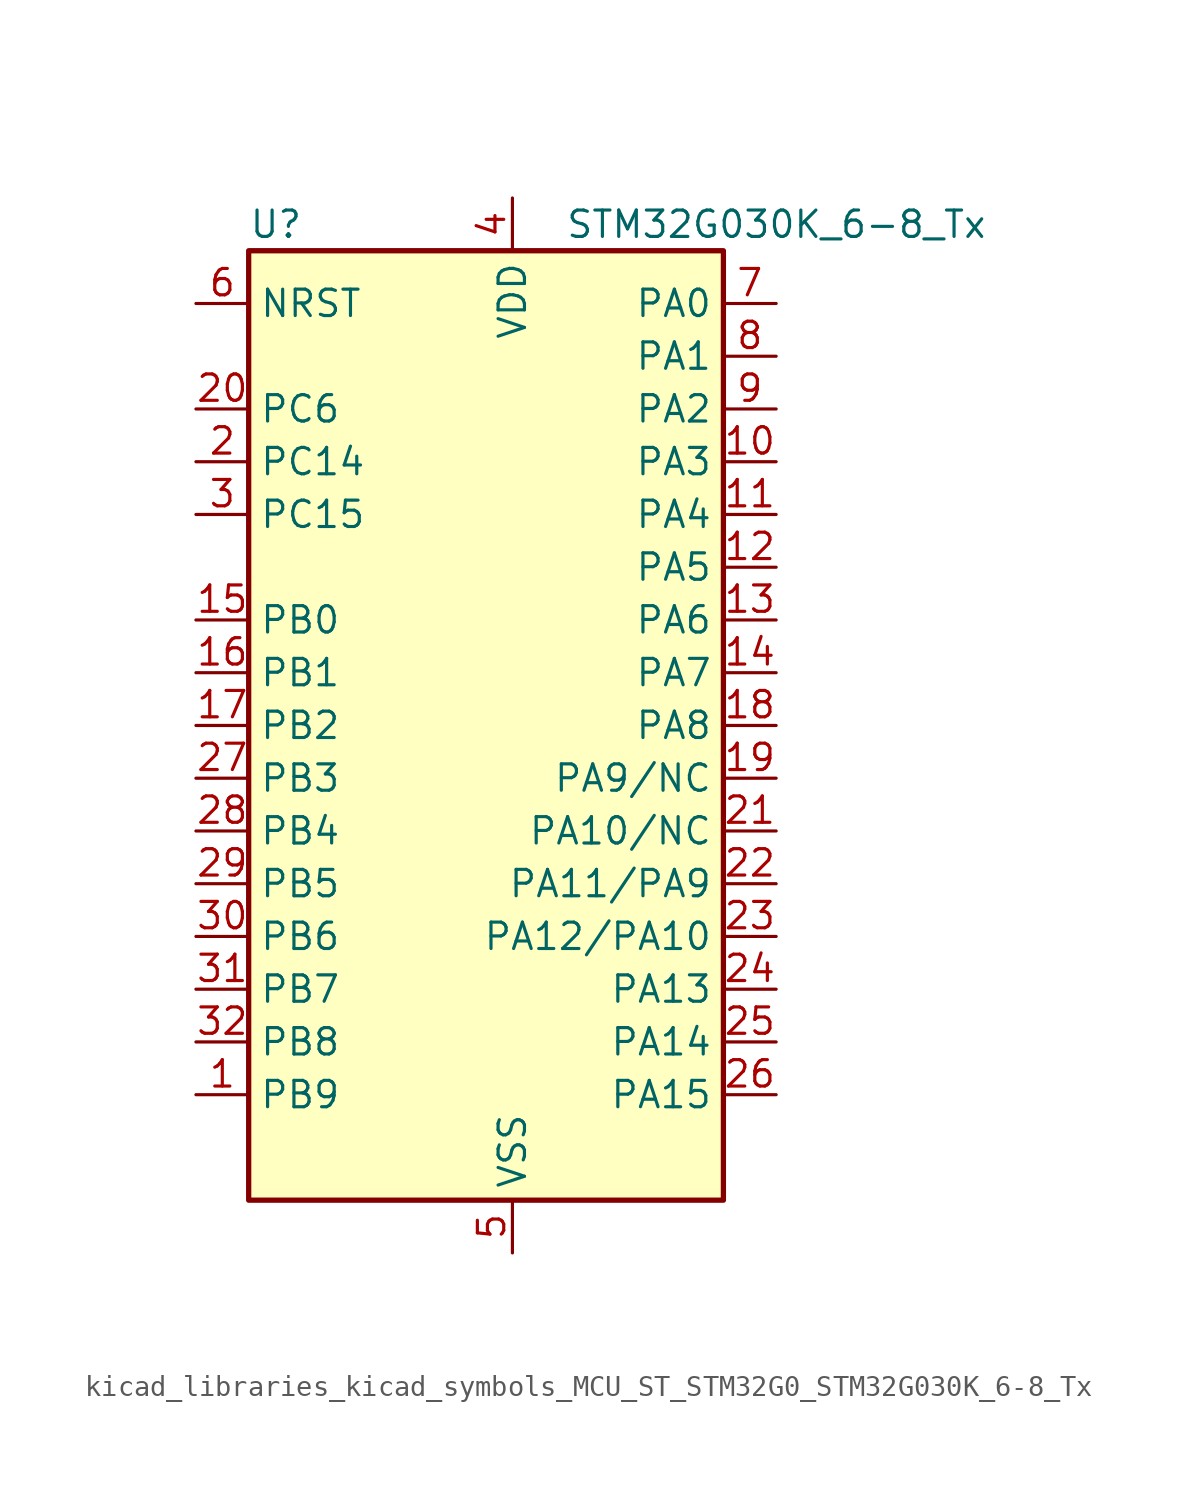
<source format=kicad_sym>
(kicad_symbol_lib
  (version 20220914)
  (generator kicad_symbol_editor)
  (symbol "kicad_libraries_kicad_symbols_MCU_ST_STM32G0_STM32G030K_6-8_Tx"
    (property "Reference" "U"
      (at -10.16 24.13 0)
      (effects (font (size 1.27 1.27)) (justify left)))
    (property "Value" "STM32G030K_6-8_Tx"
      (at 5.08 24.13 0)
      (effects (font (size 1.27 1.27)) (justify left)))
    (property "ki_locked" ""
      (at 0 0 0)
      (effects (font (size 1.27 1.27))))
    (symbol "kicad_libraries_kicad_symbols_MCU_ST_STM32G0_STM32G030K_6-8_Tx_0_1"
      (rectangle (start -10.16 -22.86) (end 12.7 22.86) (stroke (width 0.254) (type default)) (fill (type background))))
    (symbol "kicad_libraries_kicad_symbols_MCU_ST_STM32G0_STM32G030K_6-8_Tx_1_1"
      (pin bidirectional line (at -12.7 -17.78 0) (length 2.54) (name "PB9" (effects (font (size 1.27 1.27)))) (number "1" (effects (font (size 1.27 1.27)))) (alternate "I2C1_SDA" bidirectional line) (alternate "IR_OUT" bidirectional line) (alternate "SPI2_NSS" bidirectional line) (alternate "TIM17_CH1" bidirectional line))
      (pin bidirectional line (at 15.24 12.7 180) (length 2.54) (name "PA3" (effects (font (size 1.27 1.27)))) (number "10" (effects (font (size 1.27 1.27)))) (alternate "ADC1_IN3" bidirectional line) (alternate "SPI2_MISO" bidirectional line) (alternate "USART2_RX" bidirectional line))
      (pin bidirectional line (at 15.24 10.16 180) (length 2.54) (name "PA4" (effects (font (size 1.27 1.27)))) (number "11" (effects (font (size 1.27 1.27)))) (alternate "ADC1_IN4" bidirectional line) (alternate "I2S1_WS" bidirectional line) (alternate "RTC_OUT_ALARM" bidirectional line) (alternate "RTC_OUT_CALIB" bidirectional line) (alternate "RTC_TAMP_IN1" bidirectional line) (alternate "RTC_TS" bidirectional line) (alternate "SPI1_NSS" bidirectional line) (alternate "SPI2_MOSI" bidirectional line) (alternate "SYS_WKUP2" bidirectional line) (alternate "TIM14_CH1" bidirectional line))
      (pin bidirectional line (at 15.24 7.62 180) (length 2.54) (name "PA5" (effects (font (size 1.27 1.27)))) (number "12" (effects (font (size 1.27 1.27)))) (alternate "ADC1_IN5" bidirectional line) (alternate "I2S1_CK" bidirectional line) (alternate "SPI1_SCK" bidirectional line))
      (pin bidirectional line (at 15.24 5.08 180) (length 2.54) (name "PA6" (effects (font (size 1.27 1.27)))) (number "13" (effects (font (size 1.27 1.27)))) (alternate "ADC1_IN6" bidirectional line) (alternate "I2S1_MCK" bidirectional line) (alternate "SPI1_MISO" bidirectional line) (alternate "TIM16_CH1" bidirectional line) (alternate "TIM1_BK" bidirectional line) (alternate "TIM3_CH1" bidirectional line))
      (pin bidirectional line (at 15.24 2.54 180) (length 2.54) (name "PA7" (effects (font (size 1.27 1.27)))) (number "14" (effects (font (size 1.27 1.27)))) (alternate "ADC1_IN7" bidirectional line) (alternate "I2S1_SD" bidirectional line) (alternate "SPI1_MOSI" bidirectional line) (alternate "TIM14_CH1" bidirectional line) (alternate "TIM17_CH1" bidirectional line) (alternate "TIM1_CH1N" bidirectional line) (alternate "TIM3_CH2" bidirectional line))
      (pin bidirectional line (at -12.7 5.08 0) (length 2.54) (name "PB0" (effects (font (size 1.27 1.27)))) (number "15" (effects (font (size 1.27 1.27)))) (alternate "ADC1_IN8" bidirectional line) (alternate "I2S1_WS" bidirectional line) (alternate "SPI1_NSS" bidirectional line) (alternate "TIM1_CH2N" bidirectional line) (alternate "TIM3_CH3" bidirectional line))
      (pin bidirectional line (at -12.7 2.54 0) (length 2.54) (name "PB1" (effects (font (size 1.27 1.27)))) (number "16" (effects (font (size 1.27 1.27)))) (alternate "ADC1_IN9" bidirectional line) (alternate "TIM14_CH1" bidirectional line) (alternate "TIM1_CH3N" bidirectional line) (alternate "TIM3_CH4" bidirectional line))
      (pin bidirectional line (at -12.7 0 0) (length 2.54) (name "PB2" (effects (font (size 1.27 1.27)))) (number "17" (effects (font (size 1.27 1.27)))) (alternate "ADC1_IN10" bidirectional line) (alternate "SPI2_MISO" bidirectional line))
      (pin bidirectional line (at 15.24 0 180) (length 2.54) (name "PA8" (effects (font (size 1.27 1.27)))) (number "18" (effects (font (size 1.27 1.27)))) (alternate "RCC_MCO" bidirectional line) (alternate "SPI2_NSS" bidirectional line) (alternate "TIM1_CH1" bidirectional line))
      (pin bidirectional line (at 15.24 -2.54 180) (length 2.54) (name "PA9/NC" (effects (font (size 1.27 1.27)))) (number "19" (effects (font (size 1.27 1.27)))) (alternate "I2C1_SCL" bidirectional line) (alternate "RCC_MCO" bidirectional line) (alternate "SPI2_MISO" bidirectional line) (alternate "TIM1_CH2" bidirectional line) (alternate "USART1_TX" bidirectional line))
      (pin bidirectional line (at -12.7 12.7 0) (length 2.54) (name "PC14" (effects (font (size 1.27 1.27)))) (number "2" (effects (font (size 1.27 1.27)))) (alternate "RCC_OSC32_IN" bidirectional line) (alternate "RCC_OSC_IN" bidirectional line) (alternate "TIM1_BK2" bidirectional line))
      (pin bidirectional line (at -12.7 15.24 0) (length 2.54) (name "PC6" (effects (font (size 1.27 1.27)))) (number "20" (effects (font (size 1.27 1.27)))) (alternate "TIM3_CH1" bidirectional line))
      (pin bidirectional line (at 15.24 -5.08 180) (length 2.54) (name "PA10/NC" (effects (font (size 1.27 1.27)))) (number "21" (effects (font (size 1.27 1.27)))) (alternate "I2C1_SDA" bidirectional line) (alternate "SPI2_MOSI" bidirectional line) (alternate "TIM17_BK" bidirectional line) (alternate "TIM1_CH3" bidirectional line) (alternate "USART1_RX" bidirectional line))
      (pin bidirectional line (at 15.24 -7.62 180) (length 2.54) (name "PA11/PA9" (effects (font (size 1.27 1.27)))) (number "22" (effects (font (size 1.27 1.27)))) (alternate "ADC1_EXTI11" bidirectional line) (alternate "ADC1_IN15" bidirectional line) (alternate "I2C2_SCL" bidirectional line) (alternate "I2S1_MCK" bidirectional line) (alternate "SPI1_MISO" bidirectional line) (alternate "TIM1_BK2" bidirectional line) (alternate "TIM1_CH4" bidirectional line) (alternate "USART1_CTS" bidirectional line) (alternate "USART1_NSS" bidirectional line))
      (pin bidirectional line (at 15.24 -10.16 180) (length 2.54) (name "PA12/PA10" (effects (font (size 1.27 1.27)))) (number "23" (effects (font (size 1.27 1.27)))) (alternate "ADC1_IN16" bidirectional line) (alternate "I2C2_SDA" bidirectional line) (alternate "I2S1_SD" bidirectional line) (alternate "I2S_CKIN" bidirectional line) (alternate "SPI1_MOSI" bidirectional line) (alternate "TIM1_ETR" bidirectional line) (alternate "USART1_CK" bidirectional line) (alternate "USART1_DE" bidirectional line) (alternate "USART1_RTS" bidirectional line))
      (pin bidirectional line (at 15.24 -12.7 180) (length 2.54) (name "PA13" (effects (font (size 1.27 1.27)))) (number "24" (effects (font (size 1.27 1.27)))) (alternate "ADC1_IN17" bidirectional line) (alternate "IR_OUT" bidirectional line) (alternate "SYS_SWDIO" bidirectional line))
      (pin bidirectional line (at 15.24 -15.24 180) (length 2.54) (name "PA14" (effects (font (size 1.27 1.27)))) (number "25" (effects (font (size 1.27 1.27)))) (alternate "ADC1_IN18" bidirectional line) (alternate "SYS_SWCLK" bidirectional line) (alternate "USART2_TX" bidirectional line))
      (pin bidirectional line (at 15.24 -17.78 180) (length 2.54) (name "PA15" (effects (font (size 1.27 1.27)))) (number "26" (effects (font (size 1.27 1.27)))) (alternate "I2S1_WS" bidirectional line) (alternate "SPI1_NSS" bidirectional line) (alternate "USART2_RX" bidirectional line))
      (pin bidirectional line (at -12.7 -2.54 0) (length 2.54) (name "PB3" (effects (font (size 1.27 1.27)))) (number "27" (effects (font (size 1.27 1.27)))) (alternate "I2S1_CK" bidirectional line) (alternate "SPI1_SCK" bidirectional line) (alternate "TIM1_CH2" bidirectional line) (alternate "USART1_CK" bidirectional line) (alternate "USART1_DE" bidirectional line) (alternate "USART1_RTS" bidirectional line))
      (pin bidirectional line (at -12.7 -5.08 0) (length 2.54) (name "PB4" (effects (font (size 1.27 1.27)))) (number "28" (effects (font (size 1.27 1.27)))) (alternate "I2S1_MCK" bidirectional line) (alternate "SPI1_MISO" bidirectional line) (alternate "TIM17_BK" bidirectional line) (alternate "TIM3_CH1" bidirectional line) (alternate "USART1_CTS" bidirectional line) (alternate "USART1_NSS" bidirectional line))
      (pin bidirectional line (at -12.7 -7.62 0) (length 2.54) (name "PB5" (effects (font (size 1.27 1.27)))) (number "29" (effects (font (size 1.27 1.27)))) (alternate "I2C1_SMBA" bidirectional line) (alternate "I2S1_SD" bidirectional line) (alternate "SPI1_MOSI" bidirectional line) (alternate "SYS_WKUP6" bidirectional line) (alternate "TIM16_BK" bidirectional line) (alternate "TIM3_CH2" bidirectional line))
      (pin bidirectional line (at -12.7 10.16 0) (length 2.54) (name "PC15" (effects (font (size 1.27 1.27)))) (number "3" (effects (font (size 1.27 1.27)))) (alternate "RCC_OSC32_EN" bidirectional line) (alternate "RCC_OSC32_OUT" bidirectional line) (alternate "RCC_OSC_EN" bidirectional line))
      (pin bidirectional line (at -12.7 -10.16 0) (length 2.54) (name "PB6" (effects (font (size 1.27 1.27)))) (number "30" (effects (font (size 1.27 1.27)))) (alternate "I2C1_SCL" bidirectional line) (alternate "SPI2_MISO" bidirectional line) (alternate "TIM16_CH1N" bidirectional line) (alternate "TIM1_CH3" bidirectional line) (alternate "USART1_TX" bidirectional line))
      (pin bidirectional line (at -12.7 -12.7 0) (length 2.54) (name "PB7" (effects (font (size 1.27 1.27)))) (number "31" (effects (font (size 1.27 1.27)))) (alternate "ADC1_IN11" bidirectional line) (alternate "I2C1_SDA" bidirectional line) (alternate "SPI2_MOSI" bidirectional line) (alternate "SYS_PVD_IN" bidirectional line) (alternate "TIM17_CH1N" bidirectional line) (alternate "USART1_RX" bidirectional line))
      (pin bidirectional line (at -12.7 -15.24 0) (length 2.54) (name "PB8" (effects (font (size 1.27 1.27)))) (number "32" (effects (font (size 1.27 1.27)))) (alternate "I2C1_SCL" bidirectional line) (alternate "SPI2_SCK" bidirectional line) (alternate "TIM16_CH1" bidirectional line))
      (pin power_in line (at 2.54 25.4 270) (length 2.54) (name "VDD" (effects (font (size 1.27 1.27)))) (number "4" (effects (font (size 1.27 1.27)))))
      (pin power_in line (at 2.54 -25.4 90) (length 2.54) (name "VSS" (effects (font (size 1.27 1.27)))) (number "5" (effects (font (size 1.27 1.27)))))
      (pin input line (at -12.7 20.32 0) (length 2.54) (name "NRST" (effects (font (size 1.27 1.27)))) (number "6" (effects (font (size 1.27 1.27)))))
      (pin bidirectional line (at 15.24 20.32 180) (length 2.54) (name "PA0" (effects (font (size 1.27 1.27)))) (number "7" (effects (font (size 1.27 1.27)))) (alternate "ADC1_IN0" bidirectional line) (alternate "RTC_TAMP_IN2" bidirectional line) (alternate "SPI2_SCK" bidirectional line) (alternate "SYS_WKUP1" bidirectional line) (alternate "USART2_CTS" bidirectional line) (alternate "USART2_NSS" bidirectional line))
      (pin bidirectional line (at 15.24 17.78 180) (length 2.54) (name "PA1" (effects (font (size 1.27 1.27)))) (number "8" (effects (font (size 1.27 1.27)))) (alternate "ADC1_IN1" bidirectional line) (alternate "I2C1_SMBA" bidirectional line) (alternate "I2S1_CK" bidirectional line) (alternate "SPI1_SCK" bidirectional line) (alternate "USART2_CK" bidirectional line) (alternate "USART2_DE" bidirectional line) (alternate "USART2_RTS" bidirectional line))
      (pin bidirectional line (at 15.24 15.24 180) (length 2.54) (name "PA2" (effects (font (size 1.27 1.27)))) (number "9" (effects (font (size 1.27 1.27)))) (alternate "ADC1_IN2" bidirectional line) (alternate "I2S1_SD" bidirectional line) (alternate "RCC_LSCO" bidirectional line) (alternate "SPI1_MOSI" bidirectional line) (alternate "SYS_WKUP4" bidirectional line) (alternate "USART2_TX" bidirectional line)))))
</source>
